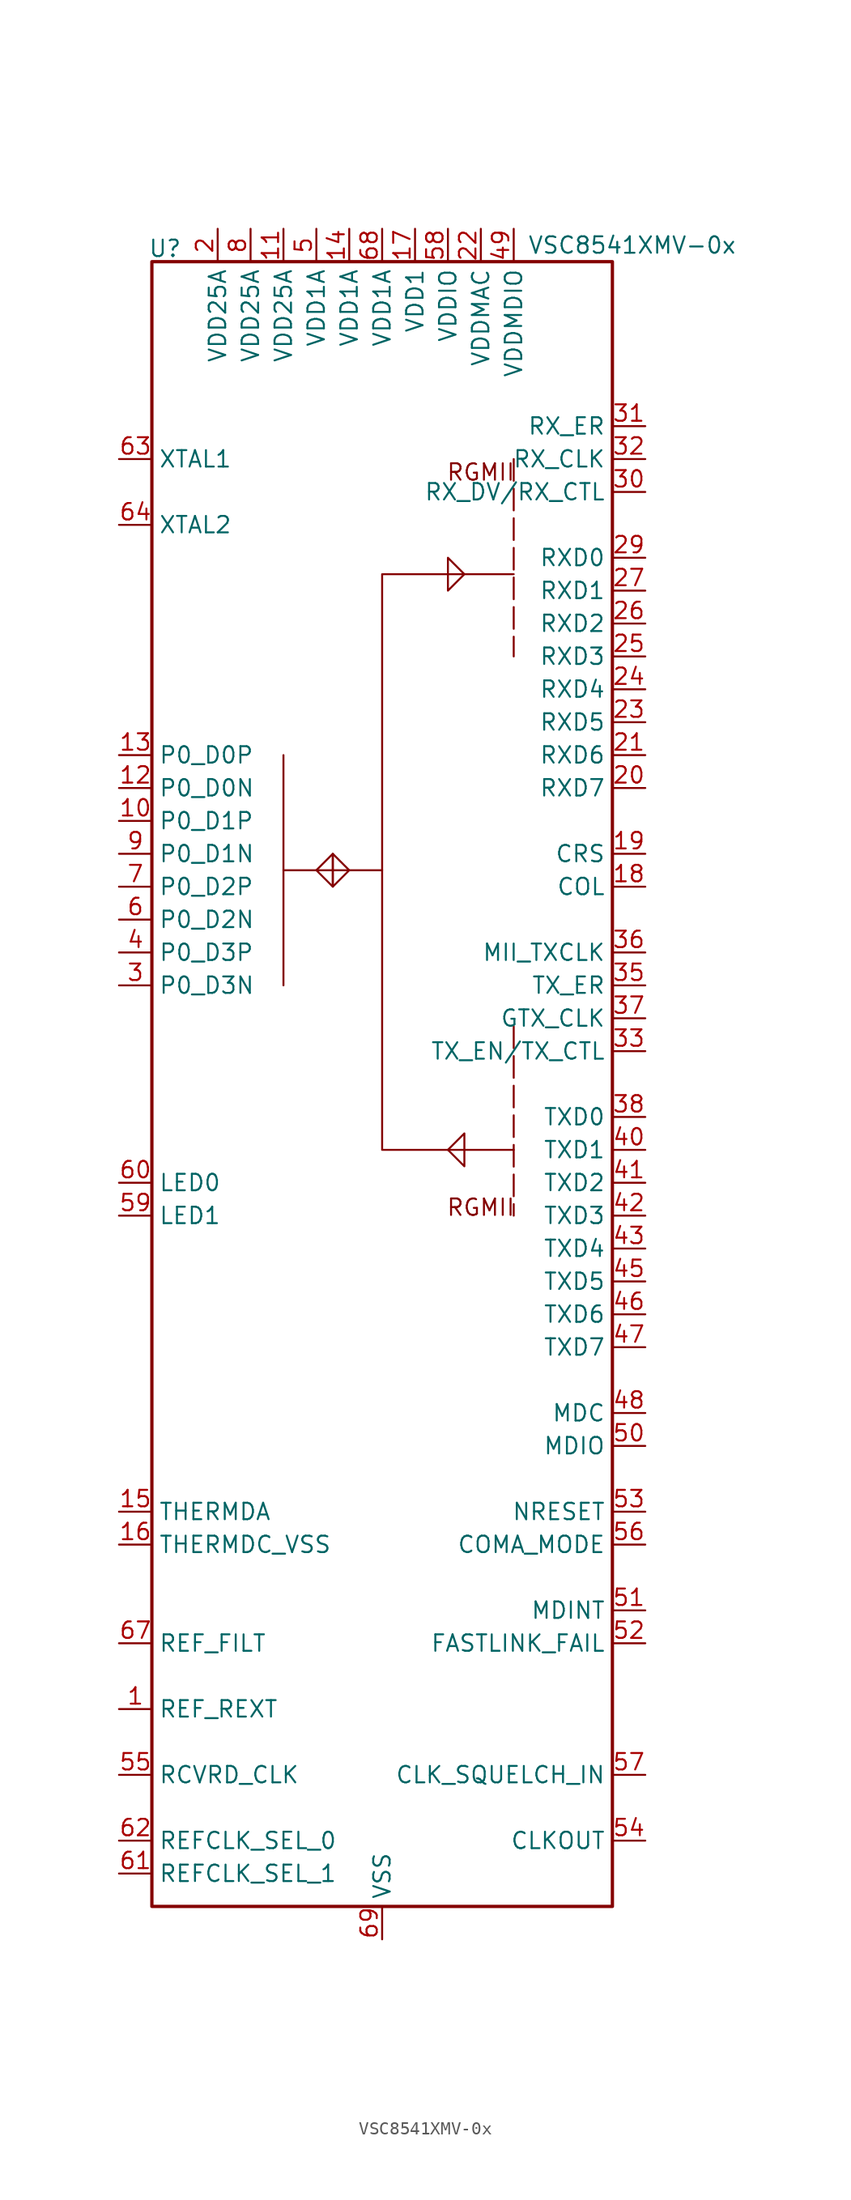
<source format=kicad_sym>
(kicad_symbol_lib
  (version 20230620)
  (generator kicad_symbol_editor)
  (symbol "VSC8541XMV-0x"
    (property "Reference" "U"
      (at -16.764 64.516 0)
      (effects (font (size 1.27 1.27))))
    (property "Value" "VSC8541XMV-0x"
      (at 19.304 64.77 0)
      (effects (font (size 1.27 1.27))))
    (symbol "VSC8541XMV-0x_0_0"
      (text "RGMII" (at 7.62 -9.525 0) (effects (font (size 1.27 1.27))))
      (text "RGMII" (at 7.62 47.244 0) (effects (font (size 1.27 1.27)))))
    (symbol "VSC8541XMV-0x_0_1"
      (rectangle (start -17.78 63.5) (end 17.78 -63.5) (stroke (width 0.254) (type default)) (fill (type none)))
      (polyline (pts (xy -7.62 16.51) (xy 0 16.51)) (stroke (width 0) (type default)) (fill (type none)))
      (polyline (pts (xy -7.62 25.4) (xy -7.62 7.62)) (stroke (width 0) (type default)) (fill (type none)))
      (polyline (pts (xy 10.16 4.445) (xy 10.16 -10.16)) (stroke (width 0) (type dash)) (fill (type none)))
      (polyline (pts (xy 10.16 48.26) (xy 10.16 33.02)) (stroke (width 0) (type dash)) (fill (type none)))
      (polyline (pts (xy -5.08 16.51) (xy -3.81 17.78) (xy -3.81 15.24) (xy -5.08 16.51)) (stroke (width 0) (type default)) (fill (type none)))
      (polyline (pts (xy -2.54 16.51) (xy -3.81 15.24) (xy -3.81 17.78) (xy -2.54 16.51)) (stroke (width 0) (type default)) (fill (type none)))
      (polyline (pts (xy 5.08 -5.08) (xy 6.35 -3.81) (xy 6.35 -6.35) (xy 5.08 -5.08)) (stroke (width 0) (type default)) (fill (type none)))
      (polyline (pts (xy 6.35 39.37) (xy 5.08 38.1) (xy 5.08 40.64) (xy 6.35 39.37)) (stroke (width 0) (type default)) (fill (type none)))
      (polyline (pts (xy 10.16 39.37) (xy 0 39.37) (xy 0 -5.08) (xy 10.16 -5.08)) (stroke (width 0) (type default)) (fill (type none)))
      (pin passive line (at -20.32 -48.26 0) (length 2.54) (name "REF_REXT" (effects (font (size 1.27 1.27)))) (number "1" (effects (font (size 1.27 1.27)))))
      (pin passive line (at -20.32 20.32 0) (length 2.54) (name "P0_D1P" (effects (font (size 1.27 1.27)))) (number "10" (effects (font (size 1.27 1.27)))))
      (pin power_in line (at -7.62 66.04 270) (length 2.54) (name "VDD25A" (effects (font (size 1.27 1.27)))) (number "11" (effects (font (size 1.27 1.27)))))
      (pin passive line (at -20.32 22.86 0) (length 2.54) (name "P0_D0N" (effects (font (size 1.27 1.27)))) (number "12" (effects (font (size 1.27 1.27)))))
      (pin passive line (at -20.32 25.4 0) (length 2.54) (name "P0_D0P" (effects (font (size 1.27 1.27)))) (number "13" (effects (font (size 1.27 1.27)))))
      (pin power_in line (at -2.54 66.04 270) (length 2.54) (name "VDD1A" (effects (font (size 1.27 1.27)))) (number "14" (effects (font (size 1.27 1.27)))))
      (pin passive line (at -20.32 -33.02 0) (length 2.54) (name "THERMDA" (effects (font (size 1.27 1.27)))) (number "15" (effects (font (size 1.27 1.27)))))
      (pin passive line (at -20.32 -35.56 0) (length 2.54) (name "THERMDC_VSS" (effects (font (size 1.27 1.27)))) (number "16" (effects (font (size 1.27 1.27)))))
      (pin power_in line (at 2.54 66.04 270) (length 2.54) (name "VDD1" (effects (font (size 1.27 1.27)))) (number "17" (effects (font (size 1.27 1.27)))))
      (pin bidirectional line (at 20.32 15.24 180) (length 2.54) (name "COL" (effects (font (size 1.27 1.27)))) (number "18" (effects (font (size 1.27 1.27)))))
      (pin bidirectional line (at 20.32 17.78 180) (length 2.54) (name "CRS" (effects (font (size 1.27 1.27)))) (number "19" (effects (font (size 1.27 1.27)))))
      (pin power_in line (at -12.7 66.04 270) (length 2.54) (name "VDD25A" (effects (font (size 1.27 1.27)))) (number "2" (effects (font (size 1.27 1.27)))))
      (pin bidirectional line (at 20.32 22.86 180) (length 2.54) (name "RXD7" (effects (font (size 1.27 1.27)))) (number "20" (effects (font (size 1.27 1.27)))))
      (pin bidirectional line (at 20.32 25.4 180) (length 2.54) (name "RXD6" (effects (font (size 1.27 1.27)))) (number "21" (effects (font (size 1.27 1.27)))))
      (pin power_in line (at 7.62 66.04 270) (length 2.54) (name "VDDMAC" (effects (font (size 1.27 1.27)))) (number "22" (effects (font (size 1.27 1.27)))))
      (pin bidirectional line (at 20.32 27.94 180) (length 2.54) (name "RXD5" (effects (font (size 1.27 1.27)))) (number "23" (effects (font (size 1.27 1.27)))))
      (pin bidirectional line (at 20.32 30.48 180) (length 2.54) (name "RXD4" (effects (font (size 1.27 1.27)))) (number "24" (effects (font (size 1.27 1.27)))))
      (pin bidirectional line (at 20.32 33.02 180) (length 2.54) (name "RXD3" (effects (font (size 1.27 1.27)))) (number "25" (effects (font (size 1.27 1.27)))))
      (pin bidirectional line (at 20.32 35.56 180) (length 2.54) (name "RXD2" (effects (font (size 1.27 1.27)))) (number "26" (effects (font (size 1.27 1.27)))))
      (pin bidirectional line (at 20.32 38.1 180) (length 2.54) (name "RXD1" (effects (font (size 1.27 1.27)))) (number "27" (effects (font (size 1.27 1.27)))))
      (pin passive line (at 7.62 66.04 270) (length 2.54) hide (name "VDDMAC" (effects (font (size 1.27 1.27)))) (number "28" (effects (font (size 1.27 1.27)))))
      (pin bidirectional line (at 20.32 40.64 180) (length 2.54) (name "RXD0" (effects (font (size 1.27 1.27)))) (number "29" (effects (font (size 1.27 1.27)))))
      (pin passive line (at -20.32 7.62 0) (length 2.54) (name "P0_D3N" (effects (font (size 1.27 1.27)))) (number "3" (effects (font (size 1.27 1.27)))))
      (pin bidirectional line (at 20.32 45.72 180) (length 2.54) (name "RX_DV/RX_CTL" (effects (font (size 1.27 1.27)))) (number "30" (effects (font (size 1.27 1.27)))))
      (pin bidirectional line (at 20.32 50.8 180) (length 2.54) (name "RX_ER" (effects (font (size 1.27 1.27)))) (number "31" (effects (font (size 1.27 1.27)))))
      (pin bidirectional line (at 20.32 48.26 180) (length 2.54) (name "RX_CLK" (effects (font (size 1.27 1.27)))) (number "32" (effects (font (size 1.27 1.27)))))
      (pin input line (at 20.32 2.54 180) (length 2.54) (name "TX_EN/TX_CTL" (effects (font (size 1.27 1.27)))) (number "33" (effects (font (size 1.27 1.27)))))
      (pin passive line (at 2.54 66.04 270) (length 2.54) hide (name "VDD1" (effects (font (size 1.27 1.27)))) (number "34" (effects (font (size 1.27 1.27)))))
      (pin input line (at 20.32 7.62 180) (length 2.54) (name "TX_ER" (effects (font (size 1.27 1.27)))) (number "35" (effects (font (size 1.27 1.27)))))
      (pin bidirectional line (at 20.32 10.16 180) (length 2.54) (name "MII_TXCLK" (effects (font (size 1.27 1.27)))) (number "36" (effects (font (size 1.27 1.27)))))
      (pin input line (at 20.32 5.08 180) (length 2.54) (name "GTX_CLK" (effects (font (size 1.27 1.27)))) (number "37" (effects (font (size 1.27 1.27)))))
      (pin input line (at 20.32 -2.54 180) (length 2.54) (name "TXD0" (effects (font (size 1.27 1.27)))) (number "38" (effects (font (size 1.27 1.27)))))
      (pin passive line (at 7.62 66.04 270) (length 2.54) hide (name "VDDMAC" (effects (font (size 1.27 1.27)))) (number "39" (effects (font (size 1.27 1.27)))))
      (pin passive line (at -20.32 10.16 0) (length 2.54) (name "P0_D3P" (effects (font (size 1.27 1.27)))) (number "4" (effects (font (size 1.27 1.27)))))
      (pin input line (at 20.32 -5.08 180) (length 2.54) (name "TXD1" (effects (font (size 1.27 1.27)))) (number "40" (effects (font (size 1.27 1.27)))))
      (pin input line (at 20.32 -7.62 180) (length 2.54) (name "TXD2" (effects (font (size 1.27 1.27)))) (number "41" (effects (font (size 1.27 1.27)))))
      (pin input line (at 20.32 -10.16 180) (length 2.54) (name "TXD3" (effects (font (size 1.27 1.27)))) (number "42" (effects (font (size 1.27 1.27)))))
      (pin input line (at 20.32 -12.7 180) (length 2.54) (name "TXD4" (effects (font (size 1.27 1.27)))) (number "43" (effects (font (size 1.27 1.27)))))
      (pin passive line (at 7.62 66.04 270) (length 2.54) hide (name "VDDMAC" (effects (font (size 1.27 1.27)))) (number "44" (effects (font (size 1.27 1.27)))))
      (pin input line (at 20.32 -15.24 180) (length 2.54) (name "TXD5" (effects (font (size 1.27 1.27)))) (number "45" (effects (font (size 1.27 1.27)))))
      (pin input line (at 20.32 -17.78 180) (length 2.54) (name "TXD6" (effects (font (size 1.27 1.27)))) (number "46" (effects (font (size 1.27 1.27)))))
      (pin input line (at 20.32 -20.32 180) (length 2.54) (name "TXD7" (effects (font (size 1.27 1.27)))) (number "47" (effects (font (size 1.27 1.27)))))
      (pin input line (at 20.32 -25.4 180) (length 2.54) (name "MDC" (effects (font (size 1.27 1.27)))) (number "48" (effects (font (size 1.27 1.27)))))
      (pin power_in line (at 10.16 66.04 270) (length 2.54) (name "VDDMDIO" (effects (font (size 1.27 1.27)))) (number "49" (effects (font (size 1.27 1.27)))))
      (pin power_in line (at -5.08 66.04 270) (length 2.54) (name "VDD1A" (effects (font (size 1.27 1.27)))) (number "5" (effects (font (size 1.27 1.27)))))
      (pin bidirectional line (at 20.32 -27.94 180) (length 2.54) (name "MDIO" (effects (font (size 1.27 1.27)))) (number "50" (effects (font (size 1.27 1.27)))))
      (pin output line (at 20.32 -40.64 180) (length 2.54) (name "MDINT" (effects (font (size 1.27 1.27)))) (number "51" (effects (font (size 1.27 1.27)))))
      (pin output line (at 20.32 -43.18 180) (length 2.54) (name "FASTLINK_FAIL" (effects (font (size 1.27 1.27)))) (number "52" (effects (font (size 1.27 1.27)))))
      (pin input line (at 20.32 -33.02 180) (length 2.54) (name "NRESET" (effects (font (size 1.27 1.27)))) (number "53" (effects (font (size 1.27 1.27)))))
      (pin bidirectional line (at 20.32 -58.42 180) (length 2.54) (name "CLKOUT" (effects (font (size 1.27 1.27)))) (number "54" (effects (font (size 1.27 1.27)))))
      (pin output line (at -20.32 -53.34 0) (length 2.54) (name "RCVRD_CLK" (effects (font (size 1.27 1.27)))) (number "55" (effects (font (size 1.27 1.27)))))
      (pin bidirectional line (at 20.32 -35.56 180) (length 2.54) (name "COMA_MODE" (effects (font (size 1.27 1.27)))) (number "56" (effects (font (size 1.27 1.27)))))
      (pin input line (at 20.32 -53.34 180) (length 2.54) (name "CLK_SQUELCH_IN" (effects (font (size 1.27 1.27)))) (number "57" (effects (font (size 1.27 1.27)))))
      (pin power_in line (at 5.08 66.04 270) (length 2.54) (name "VDDIO" (effects (font (size 1.27 1.27)))) (number "58" (effects (font (size 1.27 1.27)))))
      (pin output line (at -20.32 -10.16 0) (length 2.54) (name "LED1" (effects (font (size 1.27 1.27)))) (number "59" (effects (font (size 1.27 1.27)))))
      (pin passive line (at -20.32 12.7 0) (length 2.54) (name "P0_D2N" (effects (font (size 1.27 1.27)))) (number "6" (effects (font (size 1.27 1.27)))))
      (pin output line (at -20.32 -7.62 0) (length 2.54) (name "LED0" (effects (font (size 1.27 1.27)))) (number "60" (effects (font (size 1.27 1.27)))))
      (pin input line (at -20.32 -60.96 0) (length 2.54) (name "REFCLK_SEL_1" (effects (font (size 1.27 1.27)))) (number "61" (effects (font (size 1.27 1.27)))))
      (pin input line (at -20.32 -58.42 0) (length 2.54) (name "REFCLK_SEL_0" (effects (font (size 1.27 1.27)))) (number "62" (effects (font (size 1.27 1.27)))))
      (pin input line (at -20.32 48.26 0) (length 2.54) (name "XTAL1" (effects (font (size 1.27 1.27)))) (number "63" (effects (font (size 1.27 1.27)))))
      (pin output line (at -20.32 43.18 0) (length 2.54) (name "XTAL2" (effects (font (size 1.27 1.27)))) (number "64" (effects (font (size 1.27 1.27)))))
      (pin no_connect line (at -17.78 -20.32 0) (length 2.54) hide (name "RESERVED_1" (effects (font (size 1.27 1.27)))) (number "65" (effects (font (size 1.27 1.27)))))
      (pin no_connect line (at -17.78 -17.78 0) (length 2.54) hide (name "RESERVED_0" (effects (font (size 1.27 1.27)))) (number "66" (effects (font (size 1.27 1.27)))))
      (pin passive line (at -20.32 -43.18 0) (length 2.54) (name "REF_FILT" (effects (font (size 1.27 1.27)))) (number "67" (effects (font (size 1.27 1.27)))))
      (pin power_in line (at 0 66.04 270) (length 2.54) (name "VDD1A" (effects (font (size 1.27 1.27)))) (number "68" (effects (font (size 1.27 1.27)))))
      (pin power_in line (at 0 -66.04 90) (length 2.54) (name "VSS" (effects (font (size 1.27 1.27)))) (number "69" (effects (font (size 1.27 1.27)))))
      (pin passive line (at -20.32 15.24 0) (length 2.54) (name "P0_D2P" (effects (font (size 1.27 1.27)))) (number "7" (effects (font (size 1.27 1.27)))))
      (pin power_in line (at -10.16 66.04 270) (length 2.54) (name "VDD25A" (effects (font (size 1.27 1.27)))) (number "8" (effects (font (size 1.27 1.27)))))
      (pin passive line (at -20.32 17.78 0) (length 2.54) (name "P0_D1N" (effects (font (size 1.27 1.27)))) (number "9" (effects (font (size 1.27 1.27))))))))
</source>
